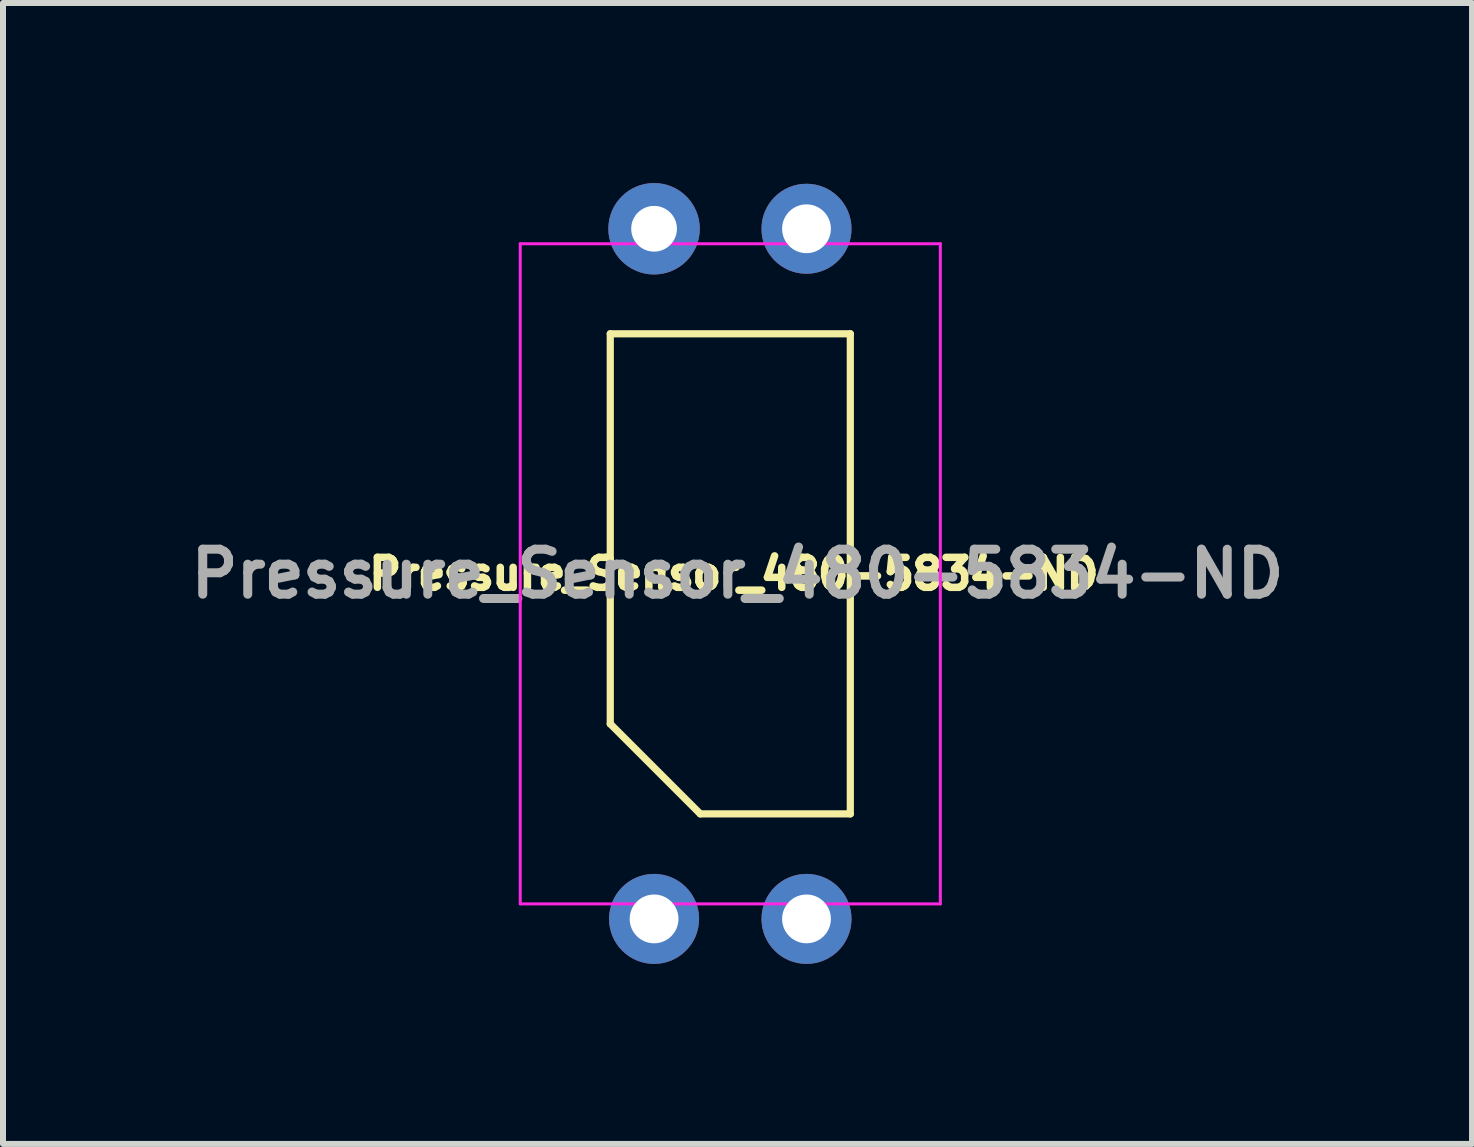
<source format=kicad_pcb>
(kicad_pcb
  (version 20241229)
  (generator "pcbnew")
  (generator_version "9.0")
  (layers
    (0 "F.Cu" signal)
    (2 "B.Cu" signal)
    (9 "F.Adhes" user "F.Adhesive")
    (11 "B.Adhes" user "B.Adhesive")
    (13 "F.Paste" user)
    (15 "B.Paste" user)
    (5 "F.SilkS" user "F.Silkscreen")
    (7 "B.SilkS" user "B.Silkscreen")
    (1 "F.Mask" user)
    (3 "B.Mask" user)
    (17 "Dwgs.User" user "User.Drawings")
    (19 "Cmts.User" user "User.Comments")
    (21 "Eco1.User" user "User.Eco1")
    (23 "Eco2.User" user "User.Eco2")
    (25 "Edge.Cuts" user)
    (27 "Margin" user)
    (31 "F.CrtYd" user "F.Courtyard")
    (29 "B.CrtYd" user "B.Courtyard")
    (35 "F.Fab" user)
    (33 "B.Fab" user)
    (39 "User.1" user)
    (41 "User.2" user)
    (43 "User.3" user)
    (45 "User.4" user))
  (footprint "Pressure_Sensor_480-5834-ND"
    (layer "F.Cu")
    (at 9.119 6.512)
    (property "Reference" "Pressure_Sensor_480-5834-ND" (at 0.06 0 0) (unlocked yes) (layer "F.SilkS") (effects (font (size 0.5 0.5) (thickness 0.125))))
    (attr through_hole)
    (fp_line (start -2 -4) (end 2 -4) (stroke (width 0.12) (type solid)) (layer "F.SilkS"))
    (fp_line (start -2 2.5) (end -2 -4) (stroke (width 0.12) (type solid)) (layer "F.SilkS"))
    (fp_line (start -0.5 4) (end -2 2.5) (stroke (width 0.12) (type solid)) (layer "F.SilkS"))
    (fp_line (start 2 -4) (end 2 4) (stroke (width 0.12) (type solid)) (layer "F.SilkS"))
    (fp_line (start 2 4) (end -0.5 4) (stroke (width 0.12) (type solid)) (layer "F.SilkS"))
    (fp_line (start -3.5 -5.5) (end 3.5 -5.5) (stroke (width 0.05) (type solid)) (layer "F.CrtYd"))
    (fp_line (start -3.5 5.5) (end -3.5 -5.5) (stroke (width 0.05) (type solid)) (layer "F.CrtYd"))
    (fp_line (start 3.5 -5.5) (end 3.5 5.5) (stroke (width 0.05) (type solid)) (layer "F.CrtYd"))
    (fp_line (start 3.5 5.5) (end -3.5 5.5) (stroke (width 0.05) (type solid)) (layer "F.CrtYd"))
    (fp_text user "${REFERENCE}" (at 0.12 0 0) (unlocked yes) (layer "F.Fab") (effects (font (size 0.75 0.75) (thickness 0.15))))
    (pad "1" thru_hole circle (at -1.27 5.75) (size 1.5 1.5) (drill 0.813) (layers "*.Cu" "*.Mask"))
    (pad "2" thru_hole circle (at 1.27 5.75) (size 1.5 1.5) (drill 0.813) (layers "*.Cu" "*.Mask"))
    (pad "3" thru_hole circle (at 1.27 -5.75) (size 1.5 1.5) (drill 0.813) (layers "*.Cu" "*.Mask"))
    (pad "4" thru_hole circle (at -1.27 -5.75) (size 1.524 1.524) (drill 0.762) (layers "*.Cu" "*.Mask")))
  (gr_rect
    (start -3 -3)
    (end 21.479 16.012)
    (stroke (width 0.1) (type default))
    (fill no)
    (layer "Edge.Cuts")))
</source>
